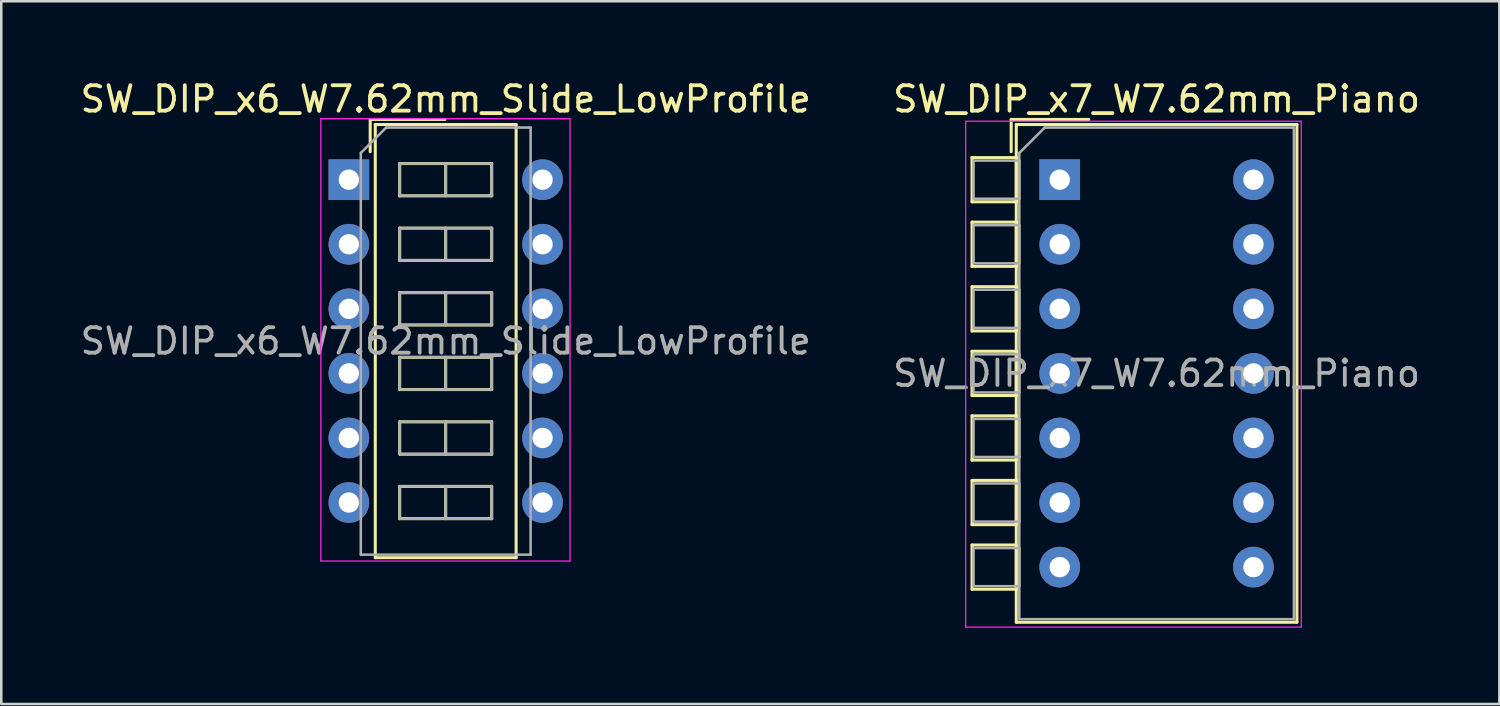
<source format=kicad_pcb>
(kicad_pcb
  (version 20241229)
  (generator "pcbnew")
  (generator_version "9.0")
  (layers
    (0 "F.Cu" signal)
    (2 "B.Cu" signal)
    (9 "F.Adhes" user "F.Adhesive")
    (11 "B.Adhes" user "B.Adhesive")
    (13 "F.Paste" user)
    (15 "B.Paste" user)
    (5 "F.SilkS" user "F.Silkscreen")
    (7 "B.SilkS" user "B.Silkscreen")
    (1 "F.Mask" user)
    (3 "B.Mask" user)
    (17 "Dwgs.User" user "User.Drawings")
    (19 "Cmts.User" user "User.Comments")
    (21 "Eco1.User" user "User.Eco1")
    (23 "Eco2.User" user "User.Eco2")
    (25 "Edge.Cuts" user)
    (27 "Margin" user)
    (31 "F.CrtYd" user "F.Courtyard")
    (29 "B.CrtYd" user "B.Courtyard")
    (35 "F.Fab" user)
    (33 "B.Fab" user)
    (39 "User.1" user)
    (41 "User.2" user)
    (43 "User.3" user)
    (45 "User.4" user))
  (footprint "SW_DIP_x7_W7.62mm_Piano"
    (layer "F.Cu")
    (at 38.636 4.018)
    (property "Reference" "SW_DIP_x7_W7.62mm_Piano" (at 3.81 -3.17 0) (layer "F.SilkS") (effects (font (size 1 1) (thickness 0.15))))
    (attr through_hole)
    (fp_line (start -3.45 -0.87) (end -3.45 0.87) (stroke (width 0.12) (type solid)) (layer "F.SilkS"))
    (fp_line (start -3.45 0.87) (end -1.71 0.87) (stroke (width 0.12) (type solid)) (layer "F.SilkS"))
    (fp_line (start -3.45 1.67) (end -3.45 3.41) (stroke (width 0.12) (type solid)) (layer "F.SilkS"))
    (fp_line (start -3.45 3.41) (end -1.71 3.41) (stroke (width 0.12) (type solid)) (layer "F.SilkS"))
    (fp_line (start -3.45 4.21) (end -3.45 5.95) (stroke (width 0.12) (type solid)) (layer "F.SilkS"))
    (fp_line (start -3.45 5.95) (end -1.71 5.95) (stroke (width 0.12) (type solid)) (layer "F.SilkS"))
    (fp_line (start -3.45 6.75) (end -3.45 8.49) (stroke (width 0.12) (type solid)) (layer "F.SilkS"))
    (fp_line (start -3.45 8.49) (end -1.71 8.49) (stroke (width 0.12) (type solid)) (layer "F.SilkS"))
    (fp_line (start -3.45 9.29) (end -3.45 11.03) (stroke (width 0.12) (type solid)) (layer "F.SilkS"))
    (fp_line (start -3.45 11.03) (end -1.71 11.03) (stroke (width 0.12) (type solid)) (layer "F.SilkS"))
    (fp_line (start -3.45 11.83) (end -3.45 13.57) (stroke (width 0.12) (type solid)) (layer "F.SilkS"))
    (fp_line (start -3.45 13.57) (end -1.71 13.57) (stroke (width 0.12) (type solid)) (layer "F.SilkS"))
    (fp_line (start -3.45 14.37) (end -3.45 16.11) (stroke (width 0.12) (type solid)) (layer "F.SilkS"))
    (fp_line (start -3.45 16.11) (end -1.71 16.11) (stroke (width 0.12) (type solid)) (layer "F.SilkS"))
    (fp_line (start -1.91 -2.37) (end -1.91 -1.1) (stroke (width 0.12) (type solid)) (layer "F.SilkS"))
    (fp_line (start -1.91 -2.37) (end 1.14 -2.37) (stroke (width 0.12) (type solid)) (layer "F.SilkS"))
    (fp_line (start -1.71 -2.17) (end 9.33 -2.17) (stroke (width 0.12) (type solid)) (layer "F.SilkS"))
    (fp_line (start -1.71 -0.87) (end -3.45 -0.87) (stroke (width 0.12) (type solid)) (layer "F.SilkS"))
    (fp_line (start -1.71 0.87) (end -1.71 -0.87) (stroke (width 0.12) (type solid)) (layer "F.SilkS"))
    (fp_line (start -1.71 1.67) (end -3.45 1.67) (stroke (width 0.12) (type solid)) (layer "F.SilkS"))
    (fp_line (start -1.71 3.41) (end -1.71 1.67) (stroke (width 0.12) (type solid)) (layer "F.SilkS"))
    (fp_line (start -1.71 4.21) (end -3.45 4.21) (stroke (width 0.12) (type solid)) (layer "F.SilkS"))
    (fp_line (start -1.71 5.95) (end -1.71 4.21) (stroke (width 0.12) (type solid)) (layer "F.SilkS"))
    (fp_line (start -1.71 6.75) (end -3.45 6.75) (stroke (width 0.12) (type solid)) (layer "F.SilkS"))
    (fp_line (start -1.71 8.49) (end -1.71 6.75) (stroke (width 0.12) (type solid)) (layer "F.SilkS"))
    (fp_line (start -1.71 9.29) (end -3.45 9.29) (stroke (width 0.12) (type solid)) (layer "F.SilkS"))
    (fp_line (start -1.71 11.03) (end -1.71 9.29) (stroke (width 0.12) (type solid)) (layer "F.SilkS"))
    (fp_line (start -1.71 11.83) (end -3.45 11.83) (stroke (width 0.12) (type solid)) (layer "F.SilkS"))
    (fp_line (start -1.71 13.57) (end -1.71 11.83) (stroke (width 0.12) (type solid)) (layer "F.SilkS"))
    (fp_line (start -1.71 14.37) (end -3.45 14.37) (stroke (width 0.12) (type solid)) (layer "F.SilkS"))
    (fp_line (start -1.71 16.11) (end -1.71 14.37) (stroke (width 0.12) (type solid)) (layer "F.SilkS"))
    (fp_line (start -1.71 17.41) (end -1.71 -2.17) (stroke (width 0.12) (type solid)) (layer "F.SilkS"))
    (fp_line (start 9.33 -2.17) (end 9.33 17.41) (stroke (width 0.12) (type solid)) (layer "F.SilkS"))
    (fp_line (start 9.33 17.41) (end -1.71 17.41) (stroke (width 0.12) (type solid)) (layer "F.SilkS"))
    (fp_line (start -3.7 -2.3) (end -3.7 17.6) (stroke (width 0.05) (type solid)) (layer "F.CrtYd"))
    (fp_line (start -3.7 17.6) (end 9.5 17.6) (stroke (width 0.05) (type solid)) (layer "F.CrtYd"))
    (fp_line (start 9.5 -2.3) (end -3.7 -2.3) (stroke (width 0.05) (type solid)) (layer "F.CrtYd"))
    (fp_line (start 9.5 17.6) (end 9.5 -2.3) (stroke (width 0.05) (type solid)) (layer "F.CrtYd"))
    (fp_line (start -3.39 -0.75) (end -1.59 -0.75) (stroke (width 0.1) (type solid)) (layer "F.Fab"))
    (fp_line (start -3.39 0.75) (end -3.39 -0.75) (stroke (width 0.1) (type solid)) (layer "F.Fab"))
    (fp_line (start -3.39 1.79) (end -1.59 1.79) (stroke (width 0.1) (type solid)) (layer "F.Fab"))
    (fp_line (start -3.39 3.29) (end -3.39 1.79) (stroke (width 0.1) (type solid)) (layer "F.Fab"))
    (fp_line (start -3.39 4.33) (end -1.59 4.33) (stroke (width 0.1) (type solid)) (layer "F.Fab"))
    (fp_line (start -3.39 5.83) (end -3.39 4.33) (stroke (width 0.1) (type solid)) (layer "F.Fab"))
    (fp_line (start -3.39 6.87) (end -1.59 6.87) (stroke (width 0.1) (type solid)) (layer "F.Fab"))
    (fp_line (start -3.39 8.37) (end -3.39 6.87) (stroke (width 0.1) (type solid)) (layer "F.Fab"))
    (fp_line (start -3.39 9.41) (end -1.59 9.41) (stroke (width 0.1) (type solid)) (layer "F.Fab"))
    (fp_line (start -3.39 10.91) (end -3.39 9.41) (stroke (width 0.1) (type solid)) (layer "F.Fab"))
    (fp_line (start -3.39 11.95) (end -1.59 11.95) (stroke (width 0.1) (type solid)) (layer "F.Fab"))
    (fp_line (start -3.39 13.45) (end -3.39 11.95) (stroke (width 0.1) (type solid)) (layer "F.Fab"))
    (fp_line (start -3.39 14.49) (end -1.59 14.49) (stroke (width 0.1) (type solid)) (layer "F.Fab"))
    (fp_line (start -3.39 15.99) (end -3.39 14.49) (stroke (width 0.1) (type solid)) (layer "F.Fab"))
    (fp_line (start -1.59 -1.05) (end -0.59 -2.05) (stroke (width 0.1) (type solid)) (layer "F.Fab"))
    (fp_line (start -1.59 -0.75) (end -1.59 0.75) (stroke (width 0.1) (type solid)) (layer "F.Fab"))
    (fp_line (start -1.59 0.75) (end -3.39 0.75) (stroke (width 0.1) (type solid)) (layer "F.Fab"))
    (fp_line (start -1.59 1.79) (end -1.59 3.29) (stroke (width 0.1) (type solid)) (layer "F.Fab"))
    (fp_line (start -1.59 3.29) (end -3.39 3.29) (stroke (width 0.1) (type solid)) (layer "F.Fab"))
    (fp_line (start -1.59 4.33) (end -1.59 5.83) (stroke (width 0.1) (type solid)) (layer "F.Fab"))
    (fp_line (start -1.59 5.83) (end -3.39 5.83) (stroke (width 0.1) (type solid)) (layer "F.Fab"))
    (fp_line (start -1.59 6.87) (end -1.59 8.37) (stroke (width 0.1) (type solid)) (layer "F.Fab"))
    (fp_line (start -1.59 8.37) (end -3.39 8.37) (stroke (width 0.1) (type solid)) (layer "F.Fab"))
    (fp_line (start -1.59 9.41) (end -1.59 10.91) (stroke (width 0.1) (type solid)) (layer "F.Fab"))
    (fp_line (start -1.59 10.91) (end -3.39 10.91) (stroke (width 0.1) (type solid)) (layer "F.Fab"))
    (fp_line (start -1.59 11.95) (end -1.59 13.45) (stroke (width 0.1) (type solid)) (layer "F.Fab"))
    (fp_line (start -1.59 13.45) (end -3.39 13.45) (stroke (width 0.1) (type solid)) (layer "F.Fab"))
    (fp_line (start -1.59 14.49) (end -1.59 15.99) (stroke (width 0.1) (type solid)) (layer "F.Fab"))
    (fp_line (start -1.59 15.99) (end -3.39 15.99) (stroke (width 0.1) (type solid)) (layer "F.Fab"))
    (fp_line (start -1.59 17.29) (end -1.59 -1.05) (stroke (width 0.1) (type solid)) (layer "F.Fab"))
    (fp_line (start -0.59 -2.05) (end 9.21 -2.05) (stroke (width 0.1) (type solid)) (layer "F.Fab"))
    (fp_line (start 9.21 -2.05) (end 9.21 17.29) (stroke (width 0.1) (type solid)) (layer "F.Fab"))
    (fp_line (start 9.21 17.29) (end -1.59 17.29) (stroke (width 0.1) (type solid)) (layer "F.Fab"))
    (fp_text user "${REFERENCE}" (at 3.81 7.62 0) (layer "F.Fab") (effects (font (size 1 1) (thickness 0.15))))
    (pad "1" thru_hole rect (at 0 0) (size 1.6 1.6) (drill 0.8) (layers "*.Cu" "*.Mask"))
    (pad "2" thru_hole oval (at 0 2.54) (size 1.6 1.6) (drill 0.8) (layers "*.Cu" "*.Mask"))
    (pad "3" thru_hole oval (at 0 5.08) (size 1.6 1.6) (drill 0.8) (layers "*.Cu" "*.Mask"))
    (pad "4" thru_hole oval (at 0 7.62) (size 1.6 1.6) (drill 0.8) (layers "*.Cu" "*.Mask"))
    (pad "5" thru_hole oval (at 0 10.16) (size 1.6 1.6) (drill 0.8) (layers "*.Cu" "*.Mask"))
    (pad "6" thru_hole oval (at 0 12.7) (size 1.6 1.6) (drill 0.8) (layers "*.Cu" "*.Mask"))
    (pad "7" thru_hole oval (at 0 15.24) (size 1.6 1.6) (drill 0.8) (layers "*.Cu" "*.Mask"))
    (pad "8" thru_hole oval (at 7.62 15.24) (size 1.6 1.6) (drill 0.8) (layers "*.Cu" "*.Mask"))
    (pad "9" thru_hole oval (at 7.62 12.7) (size 1.6 1.6) (drill 0.8) (layers "*.Cu" "*.Mask"))
    (pad "10" thru_hole oval (at 7.62 10.16) (size 1.6 1.6) (drill 0.8) (layers "*.Cu" "*.Mask"))
    (pad "11" thru_hole oval (at 7.62 7.62) (size 1.6 1.6) (drill 0.8) (layers "*.Cu" "*.Mask"))
    (pad "12" thru_hole oval (at 7.62 5.08) (size 1.6 1.6) (drill 0.8) (layers "*.Cu" "*.Mask"))
    (pad "13" thru_hole oval (at 7.62 2.54) (size 1.6 1.6) (drill 0.8) (layers "*.Cu" "*.Mask"))
    (pad "14" thru_hole oval (at 7.62 0) (size 1.6 1.6) (drill 0.8) (layers "*.Cu" "*.Mask")))
  (footprint "SW_DIP_x6_W7.62mm_Slide_LowProfile"
    (layer "F.Cu")
    (at 10.672 4.018)
    (property "Reference" "SW_DIP_x6_W7.62mm_Slide_LowProfile" (at 3.81 -3.17 0) (layer "F.SilkS") (effects (font (size 1 1) (thickness 0.15))))
    (attr through_hole)
    (fp_line (start 0.84 -2.37) (end 0.84 -1.1) (stroke (width 0.12) (type solid)) (layer "F.SilkS"))
    (fp_line (start 0.84 -2.37) (end 3.78 -2.37) (stroke (width 0.12) (type solid)) (layer "F.SilkS"))
    (fp_line (start 1.04 -2.17) (end 6.58 -2.17) (stroke (width 0.12) (type solid)) (layer "F.SilkS"))
    (fp_line (start 1.04 14.87) (end 1.04 -2.17) (stroke (width 0.12) (type solid)) (layer "F.SilkS"))
    (fp_line (start 2 -0.635) (end 2 0.635) (stroke (width 0.12) (type solid)) (layer "F.SilkS"))
    (fp_line (start 2 0.635) (end 5.62 0.635) (stroke (width 0.12) (type solid)) (layer "F.SilkS"))
    (fp_line (start 2 1.905) (end 2 3.175) (stroke (width 0.12) (type solid)) (layer "F.SilkS"))
    (fp_line (start 2 3.175) (end 5.62 3.175) (stroke (width 0.12) (type solid)) (layer "F.SilkS"))
    (fp_line (start 2 4.445) (end 2 5.715) (stroke (width 0.12) (type solid)) (layer "F.SilkS"))
    (fp_line (start 2 5.715) (end 5.62 5.715) (stroke (width 0.12) (type solid)) (layer "F.SilkS"))
    (fp_line (start 2 6.985) (end 2 8.255) (stroke (width 0.12) (type solid)) (layer "F.SilkS"))
    (fp_line (start 2 8.255) (end 5.62 8.255) (stroke (width 0.12) (type solid)) (layer "F.SilkS"))
    (fp_line (start 2 9.525) (end 2 10.795) (stroke (width 0.12) (type solid)) (layer "F.SilkS"))
    (fp_line (start 2 10.795) (end 5.62 10.795) (stroke (width 0.12) (type solid)) (layer "F.SilkS"))
    (fp_line (start 2 12.065) (end 2 13.335) (stroke (width 0.12) (type solid)) (layer "F.SilkS"))
    (fp_line (start 2 13.335) (end 5.62 13.335) (stroke (width 0.12) (type solid)) (layer "F.SilkS"))
    (fp_line (start 3.81 -0.635) (end 3.81 0.635) (stroke (width 0.12) (type solid)) (layer "F.SilkS"))
    (fp_line (start 3.81 1.905) (end 3.81 3.175) (stroke (width 0.12) (type solid)) (layer "F.SilkS"))
    (fp_line (start 3.81 4.445) (end 3.81 5.715) (stroke (width 0.12) (type solid)) (layer "F.SilkS"))
    (fp_line (start 3.81 6.985) (end 3.81 8.255) (stroke (width 0.12) (type solid)) (layer "F.SilkS"))
    (fp_line (start 3.81 9.525) (end 3.81 10.795) (stroke (width 0.12) (type solid)) (layer "F.SilkS"))
    (fp_line (start 3.81 12.065) (end 3.81 13.335) (stroke (width 0.12) (type solid)) (layer "F.SilkS"))
    (fp_line (start 5.62 -0.635) (end 2 -0.635) (stroke (width 0.12) (type solid)) (layer "F.SilkS"))
    (fp_line (start 5.62 0.635) (end 5.62 -0.635) (stroke (width 0.12) (type solid)) (layer "F.SilkS"))
    (fp_line (start 5.62 1.905) (end 2 1.905) (stroke (width 0.12) (type solid)) (layer "F.SilkS"))
    (fp_line (start 5.62 3.175) (end 5.62 1.905) (stroke (width 0.12) (type solid)) (layer "F.SilkS"))
    (fp_line (start 5.62 4.445) (end 2 4.445) (stroke (width 0.12) (type solid)) (layer "F.SilkS"))
    (fp_line (start 5.62 5.715) (end 5.62 4.445) (stroke (width 0.12) (type solid)) (layer "F.SilkS"))
    (fp_line (start 5.62 6.985) (end 2 6.985) (stroke (width 0.12) (type solid)) (layer "F.SilkS"))
    (fp_line (start 5.62 8.255) (end 5.62 6.985) (stroke (width 0.12) (type solid)) (layer "F.SilkS"))
    (fp_line (start 5.62 9.525) (end 2 9.525) (stroke (width 0.12) (type solid)) (layer "F.SilkS"))
    (fp_line (start 5.62 10.795) (end 5.62 9.525) (stroke (width 0.12) (type solid)) (layer "F.SilkS"))
    (fp_line (start 5.62 12.065) (end 2 12.065) (stroke (width 0.12) (type solid)) (layer "F.SilkS"))
    (fp_line (start 5.62 13.335) (end 5.62 12.065) (stroke (width 0.12) (type solid)) (layer "F.SilkS"))
    (fp_line (start 6.58 -2.17) (end 6.58 14.87) (stroke (width 0.12) (type solid)) (layer "F.SilkS"))
    (fp_line (start 6.58 14.87) (end 1.04 14.87) (stroke (width 0.12) (type solid)) (layer "F.SilkS"))
    (fp_line (start -1.1 -2.4) (end -1.1 15) (stroke (width 0.05) (type solid)) (layer "F.CrtYd"))
    (fp_line (start -1.1 15) (end 8.7 15) (stroke (width 0.05) (type solid)) (layer "F.CrtYd"))
    (fp_line (start 8.7 -2.4) (end -1.1 -2.4) (stroke (width 0.05) (type solid)) (layer "F.CrtYd"))
    (fp_line (start 8.7 15) (end 8.7 -2.4) (stroke (width 0.05) (type solid)) (layer "F.CrtYd"))
    (fp_line (start 0.47 -1.05) (end 1.47 -2.05) (stroke (width 0.1) (type solid)) (layer "F.Fab"))
    (fp_line (start 0.47 14.75) (end 0.47 -1.05) (stroke (width 0.1) (type solid)) (layer "F.Fab"))
    (fp_line (start 1.47 -2.05) (end 7.15 -2.05) (stroke (width 0.1) (type solid)) (layer "F.Fab"))
    (fp_line (start 2 -0.635) (end 2 0.635) (stroke (width 0.1) (type solid)) (layer "F.Fab"))
    (fp_line (start 2 0.635) (end 5.62 0.635) (stroke (width 0.1) (type solid)) (layer "F.Fab"))
    (fp_line (start 2 1.905) (end 2 3.175) (stroke (width 0.1) (type solid)) (layer "F.Fab"))
    (fp_line (start 2 3.175) (end 5.62 3.175) (stroke (width 0.1) (type solid)) (layer "F.Fab"))
    (fp_line (start 2 4.445) (end 2 5.715) (stroke (width 0.1) (type solid)) (layer "F.Fab"))
    (fp_line (start 2 5.715) (end 5.62 5.715) (stroke (width 0.1) (type solid)) (layer "F.Fab"))
    (fp_line (start 2 6.985) (end 2 8.255) (stroke (width 0.1) (type solid)) (layer "F.Fab"))
    (fp_line (start 2 8.255) (end 5.62 8.255) (stroke (width 0.1) (type solid)) (layer "F.Fab"))
    (fp_line (start 2 9.525) (end 2 10.795) (stroke (width 0.1) (type solid)) (layer "F.Fab"))
    (fp_line (start 2 10.795) (end 5.62 10.795) (stroke (width 0.1) (type solid)) (layer "F.Fab"))
    (fp_line (start 2 12.065) (end 2 13.335) (stroke (width 0.1) (type solid)) (layer "F.Fab"))
    (fp_line (start 2 13.335) (end 5.62 13.335) (stroke (width 0.1) (type solid)) (layer "F.Fab"))
    (fp_line (start 3.81 -0.635) (end 3.81 0.635) (stroke (width 0.1) (type solid)) (layer "F.Fab"))
    (fp_line (start 3.81 1.905) (end 3.81 3.175) (stroke (width 0.1) (type solid)) (layer "F.Fab"))
    (fp_line (start 3.81 4.445) (end 3.81 5.715) (stroke (width 0.1) (type solid)) (layer "F.Fab"))
    (fp_line (start 3.81 6.985) (end 3.81 8.255) (stroke (width 0.1) (type solid)) (layer "F.Fab"))
    (fp_line (start 3.81 9.525) (end 3.81 10.795) (stroke (width 0.1) (type solid)) (layer "F.Fab"))
    (fp_line (start 3.81 12.065) (end 3.81 13.335) (stroke (width 0.1) (type solid)) (layer "F.Fab"))
    (fp_line (start 5.62 -0.635) (end 2 -0.635) (stroke (width 0.1) (type solid)) (layer "F.Fab"))
    (fp_line (start 5.62 0.635) (end 5.62 -0.635) (stroke (width 0.1) (type solid)) (layer "F.Fab"))
    (fp_line (start 5.62 1.905) (end 2 1.905) (stroke (width 0.1) (type solid)) (layer "F.Fab"))
    (fp_line (start 5.62 3.175) (end 5.62 1.905) (stroke (width 0.1) (type solid)) (layer "F.Fab"))
    (fp_line (start 5.62 4.445) (end 2 4.445) (stroke (width 0.1) (type solid)) (layer "F.Fab"))
    (fp_line (start 5.62 5.715) (end 5.62 4.445) (stroke (width 0.1) (type solid)) (layer "F.Fab"))
    (fp_line (start 5.62 6.985) (end 2 6.985) (stroke (width 0.1) (type solid)) (layer "F.Fab"))
    (fp_line (start 5.62 8.255) (end 5.62 6.985) (stroke (width 0.1) (type solid)) (layer "F.Fab"))
    (fp_line (start 5.62 9.525) (end 2 9.525) (stroke (width 0.1) (type solid)) (layer "F.Fab"))
    (fp_line (start 5.62 10.795) (end 5.62 9.525) (stroke (width 0.1) (type solid)) (layer "F.Fab"))
    (fp_line (start 5.62 12.065) (end 2 12.065) (stroke (width 0.1) (type solid)) (layer "F.Fab"))
    (fp_line (start 5.62 13.335) (end 5.62 12.065) (stroke (width 0.1) (type solid)) (layer "F.Fab"))
    (fp_line (start 7.15 -2.05) (end 7.15 14.75) (stroke (width 0.1) (type solid)) (layer "F.Fab"))
    (fp_line (start 7.15 14.75) (end 0.47 14.75) (stroke (width 0.1) (type solid)) (layer "F.Fab"))
    (fp_text user "${REFERENCE}" (at 3.81 6.35 0) (layer "F.Fab") (effects (font (size 1 1) (thickness 0.15))))
    (pad "1" thru_hole rect (at 0 0) (size 1.6 1.6) (drill 0.8) (layers "*.Cu" "*.Mask"))
    (pad "2" thru_hole oval (at 0 2.54) (size 1.6 1.6) (drill 0.8) (layers "*.Cu" "*.Mask"))
    (pad "3" thru_hole oval (at 0 5.08) (size 1.6 1.6) (drill 0.8) (layers "*.Cu" "*.Mask"))
    (pad "4" thru_hole oval (at 0 7.62) (size 1.6 1.6) (drill 0.8) (layers "*.Cu" "*.Mask"))
    (pad "5" thru_hole oval (at 0 10.16) (size 1.6 1.6) (drill 0.8) (layers "*.Cu" "*.Mask"))
    (pad "6" thru_hole oval (at 0 12.7) (size 1.6 1.6) (drill 0.8) (layers "*.Cu" "*.Mask"))
    (pad "7" thru_hole oval (at 7.62 12.7) (size 1.6 1.6) (drill 0.8) (layers "*.Cu" "*.Mask"))
    (pad "8" thru_hole oval (at 7.62 10.16) (size 1.6 1.6) (drill 0.8) (layers "*.Cu" "*.Mask"))
    (pad "9" thru_hole oval (at 7.62 7.62) (size 1.6 1.6) (drill 0.8) (layers "*.Cu" "*.Mask"))
    (pad "10" thru_hole oval (at 7.62 5.08) (size 1.6 1.6) (drill 0.8) (layers "*.Cu" "*.Mask"))
    (pad "11" thru_hole oval (at 7.62 2.54) (size 1.6 1.6) (drill 0.8) (layers "*.Cu" "*.Mask"))
    (pad "12" thru_hole oval (at 7.62 0) (size 1.6 1.6) (drill 0.8) (layers "*.Cu" "*.Mask")))
  (gr_rect
    (start -3 -3)
    (end 55.929 24.643)
    (stroke (width 0.1) (type default))
    (fill no)
    (layer "Edge.Cuts")))
</source>
